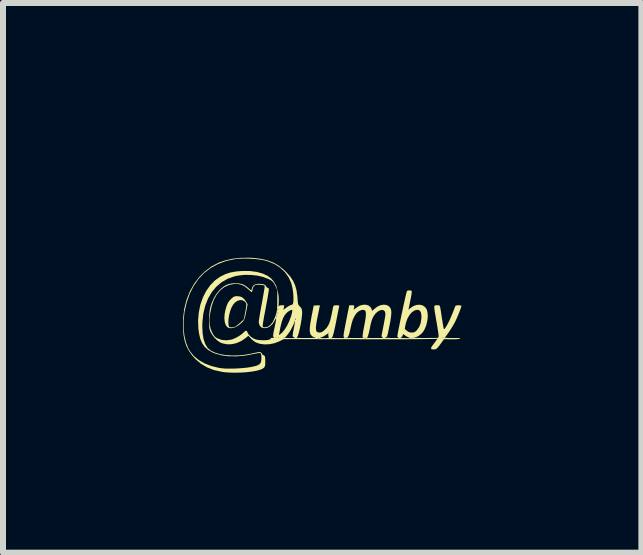
<source format=kicad_pcb>
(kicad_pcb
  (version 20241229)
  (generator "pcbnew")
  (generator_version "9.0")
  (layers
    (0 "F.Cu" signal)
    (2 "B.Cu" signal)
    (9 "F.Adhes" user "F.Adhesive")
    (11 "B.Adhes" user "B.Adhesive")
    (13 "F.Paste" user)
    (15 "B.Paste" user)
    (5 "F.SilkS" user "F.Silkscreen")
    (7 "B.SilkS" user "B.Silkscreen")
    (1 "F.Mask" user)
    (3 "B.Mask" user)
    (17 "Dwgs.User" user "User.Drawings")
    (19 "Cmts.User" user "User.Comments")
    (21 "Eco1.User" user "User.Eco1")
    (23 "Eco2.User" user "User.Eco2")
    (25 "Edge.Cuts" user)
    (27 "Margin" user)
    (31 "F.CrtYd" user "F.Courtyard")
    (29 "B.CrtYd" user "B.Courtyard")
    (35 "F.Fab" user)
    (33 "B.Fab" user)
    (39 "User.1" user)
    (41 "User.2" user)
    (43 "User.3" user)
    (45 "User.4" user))
  (footprint "Logo_Anumby_5"
    (layer "F.Cu")
    (at 2.336 2.201)
    (property "Reference" "Logo_Anumby_5" (at 0.1 -2.2 0) (layer "F.SilkS") (effects (font (size 0.001 0.001) (thickness 0.15))))
    (attr board_only exclude_from_pos_files exclude_from_bom)
    (fp_poly (pts (xy -1.385 -0.309) (xy -1.346 -0.293) (xy -1.312 -0.262) (xy -1.281 -0.217) (xy -1.258 -0.179) (xy -1.283 -0.051) (xy -1.294 0.004) (xy -1.303 0.043) (xy -1.312 0.07) (xy -1.324 0.091) (xy -1.339 0.11) (xy -1.349 0.121) (xy -1.408 0.172) (xy -1.467 0.205) (xy -1.524 0.22) (xy -1.569 0.217) (xy -1.601 0.199) (xy -1.625 0.163) (xy -1.631 0.143) (xy -1.579 0.143) (xy -1.576 0.167) (xy -1.569 0.193) (xy -1.557 0.204) (xy -1.532 0.206) (xy -1.532 0.206) (xy -1.498 0.203) (xy -1.469 0.196) (xy -1.448 0.183) (xy -1.419 0.161) (xy -1.385 0.132) (xy -1.381 0.128) (xy -1.32 0.07) (xy -1.299 -0.043) (xy -1.288 -0.102) (xy -1.282 -0.143) (xy -1.279 -0.171) (xy -1.282 -0.191) (xy -1.289 -0.205) (xy -1.3 -0.218) (xy -1.304 -0.222) (xy -1.341 -0.245) (xy -1.383 -0.249) (xy -1.428 -0.236) (xy -1.471 -0.206) (xy -1.499 -0.173) (xy -1.527 -0.124) (xy -1.551 -0.061) (xy -1.568 0.01) (xy -1.578 0.08) (xy -1.579 0.143) (xy -1.631 0.143) (xy -1.64 0.113) (xy -1.646 0.051) (xy -1.641 -0.02) (xy -1.629 -0.079) (xy -1.61 -0.146) (xy -1.589 -0.198) (xy -1.561 -0.239) (xy -1.527 -0.274) (xy -1.497 -0.299) (xy -1.471 -0.311) (xy -1.439 -0.314) (xy -1.434 -0.314)) (stroke (width 0) (type solid)) (fill yes) (layer "F.SilkS"))
    (fp_poly (pts (xy -1.168 -0.952) (xy -1.039 -0.937) (xy -0.927 -0.911) (xy -0.827 -0.873) (xy -0.738 -0.821) (xy -0.655 -0.755) (xy -0.613 -0.714) (xy -0.549 -0.642) (xy -0.501 -0.571) (xy -0.467 -0.496) (xy -0.443 -0.413) (xy -0.429 -0.316) (xy -0.426 -0.272) (xy -0.422 -0.223) (xy -0.418 -0.191) (xy -0.411 -0.17) (xy -0.401 -0.155) (xy -0.386 -0.141) (xy -0.366 -0.118) (xy -0.355 -0.092) (xy -0.349 -0.054) (xy -0.349 -0.053) (xy -0.349 -0.02) (xy -0.354 0.027) (xy -0.361 0.082) (xy -0.371 0.142) (xy -0.383 0.202) (xy -0.395 0.259) (xy -0.408 0.308) (xy -0.419 0.344) (xy -0.429 0.364) (xy -0.431 0.365) (xy -0.44 0.377) (xy -0.438 0.38) (xy -0.416 0.382) (xy -0.381 0.383) (xy -0.336 0.383) (xy -0.287 0.383) (xy -0.238 0.383) (xy -0.234 0.383) (xy -0.083 0.383) (xy -0.082 0.389) (xy -0.076 0.39) (xy -0.067 0.386) (xy -0.069 0.383) (xy -0.081 0.381) (xy -0.083 0.383) (xy -0.234 0.383) (xy -0.192 0.382) (xy -0.155 0.38) (xy -0.151 0.38) (xy -0.048 0.38) (xy -0.036 0.383) (xy -0.008 0.385) (xy 0.03 0.386) (xy 0.032 0.386) (xy 0.072 0.384) (xy 0.094 0.379) (xy 0.097 0.374) (xy 0.089 0.356) (xy 0.087 0.334) (xy 0.087 0.304) (xy 0.04 0.336) (xy 0.009 0.356) (xy -0.019 0.368) (xy -0.029 0.371) (xy -0.046 0.375) (xy -0.048 0.38) (xy -0.151 0.38) (xy -0.13 0.378) (xy -0.123 0.376) (xy -0.123 0.376) (xy -0.145 0.369) (xy -0.152 0.368) (xy -0.171 0.361) (xy -0.193 0.343) (xy -0.195 0.341) (xy -0.21 0.32) (xy -0.219 0.292) (xy -0.223 0.256) (xy -0.221 0.208) (xy -0.214 0.146) (xy -0.2 0.067) (xy -0.193 0.027) (xy -0.157 -0.157) (xy -0.105 -0.16) (xy -0.076 -0.161) (xy -0.057 -0.161) (xy -0.054 -0.159) (xy -0.056 -0.148) (xy -0.062 -0.119) (xy -0.07 -0.076) (xy -0.081 -0.023) (xy -0.087 0.006) (xy -0.104 0.092) (xy -0.115 0.16) (xy -0.12 0.21) (xy -0.118 0.247) (xy -0.111 0.271) (xy -0.096 0.285) (xy -0.075 0.291) (xy -0.058 0.292) (xy -0.03 0.288) (xy -0.028 0.287) (xy 0.087 0.287) (xy 0.092 0.292) (xy 0.097 0.287) (xy 0.092 0.282) (xy 0.087 0.287) (xy -0.028 0.287) (xy -0.001 0.271) (xy 0.026 0.249) (xy 0.059 0.214) (xy 0.085 0.176) (xy 0.106 0.13) (xy 0.124 0.07) (xy 0.14 -0.000014) (xy 0.15 -0.05) (xy 0.159 -0.093) (xy 0.165 -0.125) (xy 0.168 -0.138) (xy 0.175 -0.153) (xy 0.189 -0.16) (xy 0.219 -0.162) (xy 0.223 -0.162) (xy 0.253 -0.161) (xy 0.267 -0.157) (xy 0.269 -0.146) (xy 0.267 -0.138) (xy 0.263 -0.121) (xy 0.256 -0.085) (xy 0.246 -0.036) (xy 0.234 0.025) (xy 0.221 0.093) (xy 0.216 0.119) (xy 0.201 0.191) (xy 0.187 0.254) (xy 0.175 0.306) (xy 0.164 0.343) (xy 0.157 0.362) (xy 0.155 0.364) (xy 0.143 0.376) (xy 0.141 0.38) (xy 0.151 0.382) (xy 0.178 0.383) (xy 0.218 0.385) (xy 0.256 0.385) (xy 0.306 0.385) (xy 0.338 0.384) (xy 0.354 0.381) (xy 0.356 0.376) (xy 0.351 0.372) (xy 0.351 0.371) (xy 0.38 0.371) (xy 0.382 0.375) (xy 0.394 0.378) (xy 0.422 0.381) (xy 0.462 0.383) (xy 0.508 0.384) (xy 0.557 0.384) (xy 0.563 0.384) (xy 0.704 0.384) (xy 0.709 0.39) (xy 0.715 0.384) (xy 0.709 0.379) (xy 0.704 0.384) (xy 0.563 0.384) (xy 0.602 0.384) (xy 0.639 0.382) (xy 0.664 0.38) (xy 0.671 0.377) (xy 0.668 0.374) (xy 0.682 0.374) (xy 0.688 0.379) (xy 0.693 0.374) (xy 0.691 0.372) (xy 0.732 0.372) (xy 0.733 0.377) (xy 0.744 0.381) (xy 0.77 0.383) (xy 0.811 0.384) (xy 0.871 0.384) (xy 0.883 0.384) (xy 0.942 0.384) (xy 0.981 0.382) (xy 0.998 0.378) (xy 0.996 0.375) (xy 0.979 0.362) (xy 0.974 0.352) (xy 0.976 0.337) (xy 0.982 0.305) (xy 0.991 0.26) (xy 1.001 0.206) (xy 1.007 0.179) (xy 1.018 0.119) (xy 1.028 0.065) (xy 1.035 0.02) (xy 1.039 -0.01) (xy 1.039 -0.017) (xy 1.032 -0.055) (xy 1.012 -0.078) (xy 0.982 -0.085) (xy 0.946 -0.077) (xy 0.906 -0.054) (xy 0.875 -0.025) (xy 0.848 0.01) (xy 0.825 0.052) (xy 0.806 0.104) (xy 0.789 0.172) (xy 0.78 0.222) (xy 0.768 0.276) (xy 0.757 0.321) (xy 0.747 0.352) (xy 0.74 0.364) (xy 0.732 0.372) (xy 0.691 0.372) (xy 0.688 0.368) (xy 0.682 0.374) (xy 0.668 0.374) (xy 0.663 0.367) (xy 0.66 0.366) (xy 0.658 0.354) (xy 0.661 0.323) (xy 0.668 0.275) (xy 0.68 0.211) (xy 0.682 0.201) (xy 0.699 0.111) (xy 0.71 0.039) (xy 0.714 -0.014) (xy 0.711 -0.051) (xy 0.703 -0.072) (xy 0.702 -0.074) (xy 0.675 -0.086) (xy 0.64 -0.083) (xy 0.602 -0.067) (xy 0.565 -0.039) (xy 0.548 -0.018) (xy 0.52 0.025) (xy 0.496 0.076) (xy 0.476 0.139) (xy 0.458 0.219) (xy 0.455 0.233) (xy 0.44 0.298) (xy 0.426 0.342) (xy 0.411 0.368) (xy 0.395 0.375) (xy 0.387 0.372) (xy 0.38 0.371) (xy 0.351 0.371) (xy 0.346 0.366) (xy 0.342 0.358) (xy 0.341 0.344) (xy 0.343 0.322) (xy 0.348 0.29) (xy 0.356 0.244) (xy 0.368 0.182) (xy 0.383 0.102) (xy 0.384 0.098) (xy 0.436 -0.162) (xy 0.479 -0.162) (xy 0.507 -0.162) (xy 0.518 -0.155) (xy 0.518 -0.138) (xy 0.516 -0.125) (xy 0.51 -0.088) (xy 0.559 -0.125) (xy 0.617 -0.159) (xy 0.676 -0.172) (xy 0.723 -0.17) (xy 0.761 -0.156) (xy 0.791 -0.13) (xy 0.809 -0.1) (xy 0.812 -0.084) (xy 0.814 -0.072) (xy 0.821 -0.072) (xy 0.837 -0.085) (xy 0.853 -0.1) (xy 0.902 -0.138) (xy 0.954 -0.162) (xy 1.006 -0.172) (xy 1.054 -0.168) (xy 1.094 -0.149) (xy 1.122 -0.116) (xy 1.132 -0.091) (xy 1.137 -0.059) (xy 1.137 -0.018) (xy 1.131 0.036) (xy 1.121 0.104) (xy 1.104 0.19) (xy 1.103 0.195) (xy 1.09 0.259) (xy 1.08 0.306) (xy 1.072 0.337) (xy 1.064 0.356) (xy 1.057 0.365) (xy 1.049 0.368) (xy 1.047 0.368) (xy 1.032 0.371) (xy 1.033 0.376) (xy 1.046 0.379) (xy 1.076 0.381) (xy 1.118 0.383) (xy 1.159 0.384) (xy 1.214 0.384) (xy 1.248 0.382) (xy 1.261 0.378) (xy 1.258 0.375) (xy 1.251 0.371) (xy 1.291 0.371) (xy 1.296 0.377) (xy 1.313 0.381) (xy 1.344 0.384) (xy 1.383 0.385) (xy 1.456 0.386) (xy 1.452 0.384) (xy 1.483 0.384) (xy 1.489 0.39) (xy 1.494 0.384) (xy 1.489 0.379) (xy 1.483 0.384) (xy 1.452 0.384) (xy 1.418 0.371) (xy 1.386 0.354) (xy 1.359 0.335) (xy 1.357 0.334) (xy 1.341 0.32) (xy 1.333 0.322) (xy 1.327 0.34) (xy 1.315 0.362) (xy 1.302 0.368) (xy 1.291 0.371) (xy 1.251 0.371) (xy 1.242 0.366) (xy 1.237 0.363) (xy 1.238 0.352) (xy 1.242 0.322) (xy 1.25 0.277) (xy 1.259 0.231) (xy 1.361 0.231) (xy 1.395 0.262) (xy 1.426 0.283) (xy 1.461 0.292) (xy 1.478 0.292) (xy 1.51 0.29) (xy 1.535 0.279) (xy 1.562 0.255) (xy 1.563 0.253) (xy 1.602 0.199) (xy 1.628 0.13) (xy 1.639 0.049) (xy 1.64 0.031) (xy 1.635 -0.025) (xy 1.621 -0.063) (xy 1.596 -0.083) (xy 1.573 -0.087) (xy 1.526 -0.076) (xy 1.481 -0.047) (xy 1.441 -0.001) (xy 1.407 0.058) (xy 1.382 0.129) (xy 1.374 0.162) (xy 1.361 0.231) (xy 1.259 0.231) (xy 1.262 0.22) (xy 1.275 0.153) (xy 1.29 0.08) (xy 1.306 0.002) (xy 1.323 -0.076) (xy 1.339 -0.152) (xy 1.355 -0.223) (xy 1.369 -0.286) (xy 1.381 -0.338) (xy 1.391 -0.376) (xy 1.397 -0.398) (xy 1.399 -0.402) (xy 1.422 -0.41) (xy 1.45 -0.41) (xy 1.472 -0.404) (xy 1.479 -0.397) (xy 1.478 -0.382) (xy 1.474 -0.35) (xy 1.467 -0.305) (xy 1.456 -0.252) (xy 1.453 -0.235) (xy 1.422 -0.087) (xy 1.455 -0.116) (xy 1.509 -0.151) (xy 1.564 -0.169) (xy 1.618 -0.171) (xy 1.666 -0.157) (xy 1.705 -0.127) (xy 1.729 -0.089) (xy 1.742 -0.035) (xy 1.745 0.031) (xy 1.736 0.103) (xy 1.719 0.174) (xy 1.692 0.238) (xy 1.669 0.278) (xy 1.634 0.317) (xy 1.593 0.348) (xy 1.553 0.368) (xy 1.533 0.372) (xy 1.514 0.375) (xy 1.51 0.379) (xy 1.521 0.38) (xy 1.55 0.381) (xy 1.592 0.382) (xy 1.643 0.383) (xy 1.7 0.383) (xy 1.757 0.383) (xy 1.812 0.382) (xy 1.86 0.382) (xy 1.896 0.381) (xy 1.908 0.38) (xy 1.917 0.378) (xy 1.921 0.374) (xy 1.981 0.374) (xy 1.987 0.379) (xy 1.992 0.374) (xy 1.987 0.368) (xy 1.981 0.374) (xy 1.921 0.374) (xy 1.922 0.373) (xy 1.925 0.361) (xy 1.925 0.34) (xy 1.922 0.307) (xy 1.915 0.262) (xy 1.905 0.2) (xy 1.892 0.119) (xy 1.889 0.106) (xy 1.875 0.023) (xy 1.864 -0.04) (xy 1.857 -0.088) (xy 1.854 -0.121) (xy 1.854 -0.142) (xy 1.859 -0.155) (xy 1.867 -0.161) (xy 1.879 -0.163) (xy 1.896 -0.162) (xy 1.899 -0.162) (xy 1.915 -0.163) (xy 1.928 -0.163) (xy 1.937 -0.159) (xy 1.944 -0.15) (xy 1.951 -0.132) (xy 1.957 -0.102) (xy 1.964 -0.059) (xy 1.973 0.001) (xy 1.982 0.06) (xy 1.991 0.116) (xy 1.999 0.166) (xy 2.006 0.204) (xy 2.011 0.228) (xy 2.012 0.231) (xy 2.021 0.234) (xy 2.035 0.219) (xy 2.055 0.188) (xy 2.079 0.145) (xy 2.106 0.091) (xy 2.134 0.028) (xy 2.163 -0.041) (xy 2.19 -0.113) (xy 2.201 -0.143) (xy 2.212 -0.156) (xy 2.236 -0.162) (xy 2.257 -0.162) (xy 2.286 -0.16) (xy 2.304 -0.155) (xy 2.306 -0.151) (xy 2.302 -0.134) (xy 2.291 -0.103) (xy 2.276 -0.061) (xy 2.257 -0.014) (xy 2.237 0.034) (xy 2.218 0.077) (xy 2.203 0.109) (xy 2.182 0.149) (xy 2.155 0.194) (xy 2.126 0.241) (xy 2.097 0.285) (xy 2.07 0.323) (xy 2.049 0.352) (xy 2.035 0.367) (xy 2.032 0.368) (xy 2.026 0.371) (xy 2.032 0.377) (xy 2.048 0.38) (xy 2.08 0.382) (xy 2.124 0.384) (xy 2.17 0.384) (xy 2.227 0.384) (xy 2.264 0.385) (xy 2.283 0.388) (xy 2.286 0.394) (xy 2.285 0.394) (xy 2.269 0.4) (xy 2.233 0.403) (xy 2.178 0.405) (xy 2.146 0.405) (xy 2.016 0.403) (xy 1.965 0.473) (xy 1.933 0.516) (xy 1.909 0.545) (xy 1.89 0.562) (xy 1.873 0.571) (xy 1.853 0.574) (xy 1.84 0.574) (xy 1.813 0.572) (xy 1.8 0.563) (xy 1.801 0.546) (xy 1.817 0.518) (xy 1.847 0.478) (xy 1.851 0.472) (xy 1.883 0.43) (xy 1.901 0.403) (xy 1.905 0.391) (xy 1.895 0.395) (xy 1.892 0.397) (xy 1.88 0.398) (xy 1.847 0.399) (xy 1.794 0.4) (xy 1.724 0.401) (xy 1.637 0.402) (xy 1.535 0.403) (xy 1.418 0.404) (xy 1.288 0.404) (xy 1.146 0.404) (xy 0.993 0.405) (xy 0.831 0.405) (xy 0.66 0.404) (xy 0.612 0.404) (xy -0.655 0.402) (xy -0.731 0.44) (xy -0.81 0.47) (xy -0.894 0.487) (xy -0.978 0.49) (xy -1.056 0.48) (xy -1.121 0.457) (xy -1.154 0.435) (xy -1.19 0.406) (xy -1.205 0.39) (xy -1.246 0.346) (xy -1.289 0.382) (xy -1.362 0.433) (xy -1.441 0.468) (xy -1.524 0.487) (xy -1.605 0.488) (xy -1.681 0.472) (xy -1.718 0.456) (xy -1.763 0.425) (xy -1.81 0.379) (xy -1.851 0.327) (xy -1.875 0.285) (xy -1.885 0.261) (xy -1.892 0.238) (xy -1.897 0.21) (xy -1.899 0.172) (xy -1.9 0.12) (xy -1.9 0.089) (xy -1.893 0.089) (xy -1.889 0.163) (xy -1.875 0.229) (xy -1.849 0.292) (xy -1.848 0.295) (xy -1.826 0.334) (xy -1.805 0.36) (xy -1.779 0.38) (xy -1.755 0.392) (xy -1.687 0.416) (xy -1.61 0.422) (xy -1.531 0.411) (xy -1.51 0.404) (xy -1.457 0.382) (xy -1.401 0.351) (xy -1.352 0.316) (xy -1.322 0.288) (xy -1.296 0.265) (xy -1.277 0.262) (xy -1.265 0.279) (xy -1.262 0.287) (xy -1.245 0.32) (xy -1.213 0.355) (xy -1.172 0.385) (xy -1.13 0.405) (xy -1.092 0.414) (xy -1.047 0.419) (xy -0.999 0.421) (xy -0.953 0.42) (xy -0.914 0.415) (xy -0.886 0.407) (xy -0.874 0.396) (xy -0.874 0.393) (xy -0.868 0.383) (xy -0.863 0.382) (xy -0.842 0.381) (xy -0.828 0.38) (xy -0.814 0.377) (xy -0.817 0.374) (xy -0.79 0.374) (xy -0.785 0.379) (xy -0.78 0.374) (xy -0.747 0.374) (xy -0.742 0.379) (xy -0.736 0.374) (xy -0.739 0.371) (xy -0.659 0.371) (xy -0.658 0.375) (xy -0.645 0.379) (xy -0.616 0.382) (xy -0.575 0.384) (xy -0.55 0.385) (xy -0.504 0.385) (xy -0.478 0.383) (xy -0.469 0.38) (xy -0.476 0.376) (xy -0.479 0.375) (xy -0.493 0.369) (xy -0.502 0.361) (xy -0.507 0.348) (xy -0.506 0.326) (xy -0.501 0.29) (xy -0.491 0.239) (xy -0.487 0.218) (xy -0.478 0.171) (xy -0.473 0.133) (xy -0.47 0.107) (xy -0.471 0.099) (xy -0.476 0.103) (xy -0.476 0.109) (xy -0.482 0.131) (xy -0.496 0.165) (xy -0.516 0.206) (xy -0.539 0.249) (xy -0.562 0.286) (xy -0.577 0.307) (xy -0.605 0.343) (xy -0.625 0.365) (xy -0.638 0.374) (xy -0.647 0.375) (xy -0.651 0.373) (xy -0.659 0.371) (xy -0.739 0.371) (xy -0.742 0.368) (xy -0.747 0.374) (xy -0.78 0.374) (xy -0.785 0.368) (xy -0.79 0.374) (xy -0.817 0.374) (xy -0.82 0.371) (xy -0.824 0.368) (xy -0.83 0.362) (xy -0.833 0.351) (xy -0.832 0.333) (xy -0.736 0.333) (xy -0.73 0.332) (xy -0.712 0.319) (xy -0.688 0.298) (xy -0.668 0.277) (xy -0.633 0.231) (xy -0.597 0.171) (xy -0.565 0.104) (xy -0.552 0.069) (xy -0.465 0.069) (xy -0.463 0.084) (xy -0.459 0.084) (xy -0.456 0.069) (xy -0.458 0.063) (xy -0.463 0.059) (xy -0.465 0.069) (xy -0.552 0.069) (xy -0.539 0.036) (xy -0.53 0.008) (xy -0.52 -0.033) (xy -0.514 -0.064) (xy -0.513 -0.082) (xy -0.513 -0.084) (xy -0.528 -0.085) (xy -0.553 -0.075) (xy -0.583 -0.056) (xy -0.611 -0.032) (xy -0.618 -0.024) (xy -0.646 0.012) (xy -0.668 0.054) (xy -0.687 0.107) (xy -0.705 0.175) (xy -0.714 0.216) (xy -0.723 0.263) (xy -0.73 0.301) (xy -0.735 0.326) (xy -0.736 0.333) (xy -0.832 0.333) (xy -0.832 0.332) (xy -0.828 0.301) (xy -0.819 0.255) (xy -0.81 0.214) (xy -0.796 0.147) (xy -0.787 0.098) (xy -0.783 0.068) (xy -0.783 0.055) (xy -0.788 0.057) (xy -0.797 0.073) (xy -0.808 0.094) (xy -0.846 0.154) (xy -0.892 0.196) (xy -0.936 0.215) (xy -0.986 0.22) (xy -1.027 0.208) (xy -1.056 0.178) (xy -1.071 0.134) (xy -1.072 0.115) (xy -1.07 0.092) (xy -1.064 0.052) (xy -1.055 -0.003) (xy -1.044 -0.069) (xy -1.031 -0.142) (xy -1.019 -0.203) (xy -1.006 -0.277) (xy -0.994 -0.345) (xy -0.984 -0.402) (xy -0.977 -0.447) (xy -0.974 -0.476) (xy -0.974 -0.487) (xy -0.988 -0.494) (xy -1.016 -0.5) (xy -1.045 -0.504) (xy -1.098 -0.505) (xy -1.135 -0.497) (xy -1.158 -0.476) (xy -1.172 -0.441) (xy -1.174 -0.433) (xy -1.18 -0.403) (xy -1.186 -0.383) (xy -1.187 -0.38) (xy -1.196 -0.385) (xy -1.216 -0.401) (xy -1.244 -0.426) (xy -1.248 -0.429) (xy -1.306 -0.477) (xy -1.364 -0.505) (xy -1.427 -0.518) (xy -1.483 -0.517) (xy -1.569 -0.501) (xy -1.646 -0.465) (xy -1.714 -0.411) (xy -1.773 -0.34) (xy -1.821 -0.252) (xy -1.857 -0.149) (xy -1.882 -0.031) (xy -1.886 0) (xy -1.893 0.089) (xy -1.9 0.089) (xy -1.9 0.087) (xy -1.898 -0.001) (xy -1.891 -0.073) (xy -1.878 -0.138) (xy -1.857 -0.201) (xy -1.827 -0.27) (xy -1.823 -0.279) (xy -1.78 -0.351) (xy -1.726 -0.416) (xy -1.665 -0.47) (xy -1.617 -0.499) (xy -1.575 -0.515) (xy -1.527 -0.525) (xy -1.476 -0.529) (xy -1.405 -0.527) (xy -1.345 -0.514) (xy -1.292 -0.486) (xy -1.248 -0.451) (xy -1.223 -0.429) (xy -1.204 -0.415) (xy -1.198 -0.411) (xy -1.192 -0.421) (xy -1.186 -0.444) (xy -1.185 -0.45) (xy -1.169 -0.485) (xy -1.137 -0.508) (xy -1.089 -0.519) (xy -1.062 -0.52) (xy -1.006 -0.515) (xy -0.969 -0.502) (xy -0.951 -0.48) (xy -0.95 -0.477) (xy -0.938 -0.459) (xy -0.927 -0.455) (xy -0.911 -0.446) (xy -0.905 -0.436) (xy -0.905 -0.42) (xy -0.909 -0.386) (xy -0.917 -0.338) (xy -0.927 -0.277) (xy -0.94 -0.207) (xy -0.953 -0.137) (xy -0.967 -0.061) (xy -0.981 0.01) (xy -0.992 0.073) (xy -1 0.123) (xy -1.005 0.158) (xy -1.007 0.174) (xy -1.005 0.195) (xy -0.994 0.204) (xy -0.969 0.206) (xy -0.967 0.206) (xy -0.919 0.195) (xy -0.876 0.163) (xy -0.836 0.111) (xy -0.802 0.037) (xy -0.794 0.015) (xy -0.779 0.015) (xy -0.777 0.029) (xy -0.773 0.03) (xy -0.77 0.015) (xy -0.772 0.009) (xy -0.777 0.005) (xy -0.779 0.015) (xy -0.794 0.015) (xy -0.783 -0.017) (xy -0.779 -0.032) (xy -0.769 -0.032) (xy -0.765 -0.024) (xy -0.761 -0.025) (xy -0.76 -0.038) (xy -0.761 -0.04) (xy -0.768 -0.038) (xy -0.769 -0.032) (xy -0.779 -0.032) (xy -0.775 -0.05) (xy -0.769 -0.088) (xy -0.769 -0.093) (xy -0.757 -0.093) (xy -0.755 -0.079) (xy -0.751 -0.079) (xy -0.749 -0.093) (xy -0.75 -0.099) (xy -0.755 -0.104) (xy -0.757 -0.093) (xy -0.769 -0.093) (xy -0.766 -0.135) (xy -0.764 -0.197) (xy -0.764 -0.249) (xy -0.763 -0.417) (xy -0.799 -0.49) (xy -0.818 -0.527) (xy -0.835 -0.551) (xy -0.856 -0.57) (xy -0.887 -0.588) (xy -0.913 -0.601) (xy -0.999 -0.634) (xy -1.098 -0.657) (xy -1.205 -0.668) (xy -1.313 -0.669) (xy -1.418 -0.657) (xy -1.478 -0.644) (xy -1.591 -0.604) (xy -1.692 -0.546) (xy -1.781 -0.471) (xy -1.856 -0.381) (xy -1.917 -0.276) (xy -1.964 -0.158) (xy -1.996 -0.026) (xy -2.012 0.117) (xy -2.014 0.191) (xy -2.008 0.307) (xy -1.992 0.405) (xy -1.964 0.485) (xy -1.926 0.547) (xy -1.918 0.556) (xy -1.867 0.596) (xy -1.799 0.628) (xy -1.717 0.653) (xy -1.622 0.668) (xy -1.518 0.675) (xy -1.407 0.673) (xy -1.293 0.661) (xy -1.178 0.64) (xy -1.171 0.638) (xy -1.115 0.626) (xy -1.076 0.619) (xy -1.05 0.619) (xy -1.034 0.625) (xy -1.023 0.637) (xy -1.02 0.644) (xy -1.006 0.664) (xy -0.992 0.671) (xy -0.979 0.676) (xy -0.97 0.693) (xy -0.965 0.724) (xy -0.964 0.774) (xy -0.964 0.781) (xy -0.965 0.823) (xy -0.969 0.85) (xy -0.978 0.869) (xy -0.989 0.882) (xy -1.02 0.901) (xy -1.069 0.919) (xy -1.133 0.934) (xy -1.208 0.946) (xy -1.292 0.955) (xy -1.38 0.96) (xy -1.47 0.962) (xy -1.558 0.96) (xy -1.641 0.954) (xy -1.684 0.948) (xy -1.815 0.919) (xy -1.932 0.874) (xy -2.036 0.813) (xy -2.128 0.735) (xy -2.182 0.675) (xy -2.237 0.598) (xy -2.279 0.518) (xy -2.308 0.431) (xy -2.327 0.332) (xy -2.336 0.219) (xy -2.335 0.098) (xy -2.325 0.098) (xy -2.325 0.224) (xy -2.312 0.344) (xy -2.286 0.454) (xy -2.249 0.55) (xy -2.217 0.606) (xy -2.153 0.685) (xy -2.071 0.752) (xy -1.973 0.808) (xy -1.861 0.851) (xy -1.738 0.881) (xy -1.69 0.888) (xy -1.634 0.893) (xy -1.562 0.894) (xy -1.482 0.893) (xy -1.399 0.889) (xy -1.319 0.883) (xy -1.25 0.875) (xy -1.218 0.87) (xy -1.15 0.856) (xy -1.1 0.842) (xy -1.066 0.825) (xy -1.044 0.803) (xy -1.033 0.773) (xy -1.029 0.734) (xy -1.029 0.711) (xy -1.03 0.672) (xy -1.035 0.647) (xy -1.048 0.635) (xy -1.073 0.634) (xy -1.112 0.641) (xy -1.144 0.647) (xy -1.295 0.676) (xy -1.438 0.689) (xy -1.571 0.688) (xy -1.691 0.673) (xy -1.798 0.643) (xy -1.848 0.622) (xy -1.918 0.581) (xy -1.973 0.532) (xy -2.016 0.471) (xy -2.047 0.398) (xy -2.068 0.309) (xy -2.079 0.227) (xy -2.084 0.09) (xy -2.072 -0.044) (xy -2.046 -0.172) (xy -2.004 -0.291) (xy -1.95 -0.399) (xy -1.882 -0.495) (xy -1.803 -0.576) (xy -1.716 -0.638) (xy -1.632 -0.68) (xy -1.544 -0.709) (xy -1.446 -0.726) (xy -1.347 -0.734) (xy -1.218 -0.733) (xy -1.105 -0.718) (xy -1.007 -0.691) (xy -0.923 -0.651) (xy -0.868 -0.61) (xy -0.822 -0.558) (xy -0.784 -0.489) (xy -0.757 -0.408) (xy -0.742 -0.319) (xy -0.738 -0.224) (xy -0.74 -0.201) (xy -0.742 -0.167) (xy -0.742 -0.146) (xy -0.74 -0.142) (xy -0.74 -0.143) (xy -0.729 -0.157) (xy -0.705 -0.162) (xy -0.691 -0.162) (xy -0.647 -0.162) (xy -0.654 -0.124) (xy -0.662 -0.086) (xy -0.613 -0.123) (xy -0.579 -0.146) (xy -0.547 -0.162) (xy -0.532 -0.167) (xy -0.513 -0.174) (xy -0.503 -0.186) (xy -0.497 -0.21) (xy -0.495 -0.228) (xy -0.494 -0.294) (xy -0.499 -0.371) (xy -0.51 -0.448) (xy -0.526 -0.515) (xy -0.53 -0.529) (xy -0.574 -0.628) (xy -0.636 -0.714) (xy -0.715 -0.788) (xy -0.809 -0.848) (xy -0.918 -0.893) (xy -0.977 -0.91) (xy -1.046 -0.923) (xy -1.13 -0.933) (xy -1.221 -0.939) (xy -1.313 -0.941) (xy -1.398 -0.938) (xy -1.471 -0.931) (xy -1.617 -0.9) (xy -1.751 -0.85) (xy -1.872 -0.784) (xy -1.981 -0.701) (xy -2.076 -0.601) (xy -2.156 -0.486) (xy -2.222 -0.356) (xy -2.273 -0.212) (xy -2.309 -0.053) (xy -2.312 -0.032) (xy -2.325 0.098) (xy -2.335 0.098) (xy -2.334 0.053) (xy -2.315 -0.102) (xy -2.278 -0.25) (xy -2.222 -0.392) (xy -2.22 -0.397) (xy -2.151 -0.52) (xy -2.067 -0.631) (xy -1.969 -0.728) (xy -1.861 -0.809) (xy -1.743 -0.872) (xy -1.737 -0.874) (xy -1.627 -0.912) (xy -1.502 -0.939) (xy -1.369 -0.953) (xy -1.231 -0.955)) (stroke (width 0) (type solid)) (fill yes) (layer "F.SilkS")))
  (gr_rect
    (start -3 -3)
    (end 7.642 6.163)
    (stroke (width 0.1) (type default))
    (fill no)
    (layer "Edge.Cuts")))
</source>
